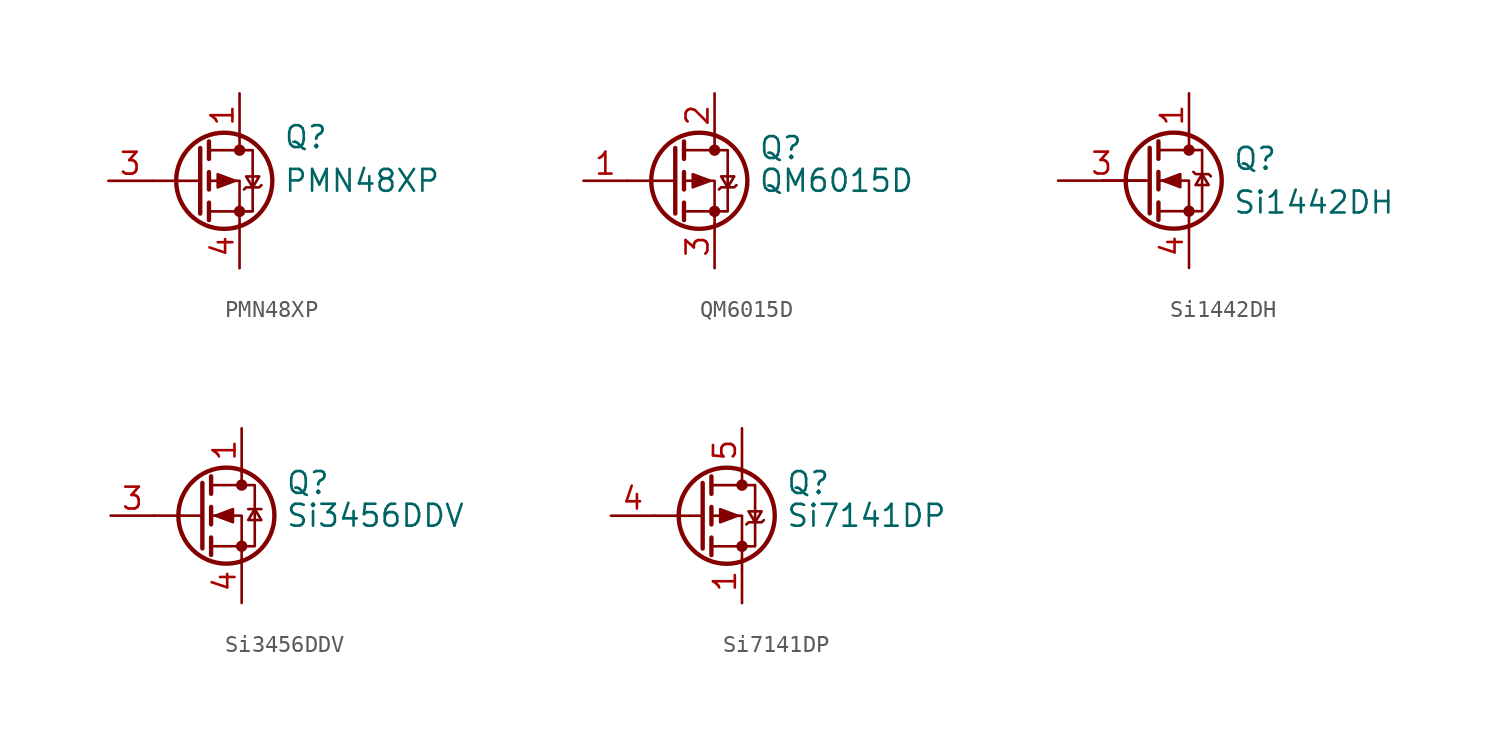
<source format=kicad_sym>
(kicad_symbol_lib
  (version 20211014)
  (generator kicad_symbol_editor)
  (symbol "PMN48XP"
    (pin_names hide)
    (property "Reference" "Q"
      (at 5.08 2.54 0)
      (effects (font (size 1.27 1.27)) (justify left)))
    (property "Value" "PMN48XP"
      (at 5.08 0 0)
      (effects (font (size 1.27 1.27)) (justify left)))
    (symbol "PMN48XP_0_1"
      (polyline (pts (xy 0.254 0) (xy -2.54 0)) (stroke (width 0) (type default) (color 0 0 0 0)) (fill (type none)))
      (polyline (pts (xy 0.254 1.905) (xy 0.254 -1.905)) (stroke (width 0.254) (type default) (color 0 0 0 0)) (fill (type none)))
      (polyline (pts (xy 0.762 -1.27) (xy 0.762 -2.286)) (stroke (width 0.254) (type default) (color 0 0 0 0)) (fill (type none)))
      (polyline (pts (xy 0.762 0.508) (xy 0.762 -0.508)) (stroke (width 0.254) (type default) (color 0 0 0 0)) (fill (type none)))
      (polyline (pts (xy 0.762 2.286) (xy 0.762 1.27)) (stroke (width 0.254) (type default) (color 0 0 0 0)) (fill (type none)))
      (polyline (pts (xy 2.54 2.54) (xy 2.54 1.778)) (stroke (width 0) (type default) (color 0 0 0 0)) (fill (type none)))
      (polyline (pts (xy 2.54 -2.54) (xy 2.54 0) (xy 0.762 0)) (stroke (width 0) (type default) (color 0 0 0 0)) (fill (type none)))
      (polyline (pts (xy 0.762 1.778) (xy 3.302 1.778) (xy 3.302 -1.778) (xy 0.762 -1.778)) (stroke (width 0) (type default) (color 0 0 0 0)) (fill (type none)))
      (polyline (pts (xy 2.286 0) (xy 1.27 0.381) (xy 1.27 -0.381) (xy 2.286 0)) (stroke (width 0) (type default) (color 0 0 0 0)) (fill (type outline)))
      (polyline (pts (xy 2.794 -0.508) (xy 2.921 -0.381) (xy 3.683 -0.381) (xy 3.81 -0.254)) (stroke (width 0) (type default) (color 0 0 0 0)) (fill (type none)))
      (polyline (pts (xy 3.302 -0.381) (xy 2.921 0.254) (xy 3.683 0.254) (xy 3.302 -0.381)) (stroke (width 0) (type default) (color 0 0 0 0)) (fill (type none)))
      (circle (center 1.651 0) (radius 2.794) (stroke (width 0.254) (type default) (color 0 0 0 0)) (fill (type none)))
      (circle (center 2.54 -1.778) (radius 0.254) (stroke (width 0) (type default) (color 0 0 0 0)) (fill (type outline)))
      (circle (center 2.54 1.778) (radius 0.254) (stroke (width 0) (type default) (color 0 0 0 0)) (fill (type outline))))
    (symbol "PMN48XP_1_1"
      (pin passive line (at 2.54 5.08 270) (length 2.54) (name "D" (effects (font (size 1.27 1.27)))) (number "1" (effects (font (size 1.27 1.27)))))
      (pin passive line (at 2.54 5.08 270) (length 2.54) hide (name "D" (effects (font (size 1.27 1.27)))) (number "2" (effects (font (size 1.27 1.27)))))
      (pin passive line (at -5.08 0 0) (length 2.54) (name "G" (effects (font (size 1.27 1.27)))) (number "3" (effects (font (size 1.27 1.27)))))
      (pin passive line (at 2.54 -5.08 90) (length 2.54) (name "S" (effects (font (size 1.27 1.27)))) (number "4" (effects (font (size 1.27 1.27)))))
      (pin passive line (at 2.54 5.08 270) (length 2.54) hide (name "D" (effects (font (size 1.27 1.27)))) (number "5" (effects (font (size 1.27 1.27)))))
      (pin passive line (at 2.54 5.08 270) (length 2.54) hide (name "D" (effects (font (size 1.27 1.27)))) (number "6" (effects (font (size 1.27 1.27)))))))
  (symbol "QM6015D"
    (pin_names hide)
    (property "Reference" "Q"
      (at 5.08 1.905 0)
      (effects (font (size 1.27 1.27)) (justify left)))
    (property "Value" "QM6015D"
      (at 5.08 0 0)
      (effects (font (size 1.27 1.27)) (justify left)))
    (symbol "QM6015D_0_1"
      (polyline (pts (xy 0.254 0) (xy -2.54 0)) (stroke (width 0) (type default) (color 0 0 0 0)) (fill (type none)))
      (polyline (pts (xy 0.254 1.905) (xy 0.254 -1.905)) (stroke (width 0.254) (type default) (color 0 0 0 0)) (fill (type none)))
      (polyline (pts (xy 0.762 -1.27) (xy 0.762 -2.286)) (stroke (width 0.254) (type default) (color 0 0 0 0)) (fill (type none)))
      (polyline (pts (xy 0.762 0.508) (xy 0.762 -0.508)) (stroke (width 0.254) (type default) (color 0 0 0 0)) (fill (type none)))
      (polyline (pts (xy 0.762 2.286) (xy 0.762 1.27)) (stroke (width 0.254) (type default) (color 0 0 0 0)) (fill (type none)))
      (polyline (pts (xy 2.54 2.54) (xy 2.54 1.778)) (stroke (width 0) (type default) (color 0 0 0 0)) (fill (type none)))
      (polyline (pts (xy 2.54 -2.54) (xy 2.54 0) (xy 0.762 0)) (stroke (width 0) (type default) (color 0 0 0 0)) (fill (type none)))
      (polyline (pts (xy 0.762 1.778) (xy 3.302 1.778) (xy 3.302 -1.778) (xy 0.762 -1.778)) (stroke (width 0) (type default) (color 0 0 0 0)) (fill (type none)))
      (polyline (pts (xy 2.286 0) (xy 1.27 0.381) (xy 1.27 -0.381) (xy 2.286 0)) (stroke (width 0) (type default) (color 0 0 0 0)) (fill (type outline)))
      (polyline (pts (xy 2.794 -0.508) (xy 2.921 -0.381) (xy 3.683 -0.381) (xy 3.81 -0.254)) (stroke (width 0) (type default) (color 0 0 0 0)) (fill (type none)))
      (polyline (pts (xy 3.302 -0.381) (xy 2.921 0.254) (xy 3.683 0.254) (xy 3.302 -0.381)) (stroke (width 0) (type default) (color 0 0 0 0)) (fill (type none)))
      (circle (center 1.651 0) (radius 2.794) (stroke (width 0.254) (type default) (color 0 0 0 0)) (fill (type none)))
      (circle (center 2.54 -1.778) (radius 0.254) (stroke (width 0) (type default) (color 0 0 0 0)) (fill (type outline)))
      (circle (center 2.54 1.778) (radius 0.254) (stroke (width 0) (type default) (color 0 0 0 0)) (fill (type outline))))
    (symbol "QM6015D_1_1"
      (pin passive line (at -5.08 0 0) (length 2.54) (name "G" (effects (font (size 1.27 1.27)))) (number "1" (effects (font (size 1.27 1.27)))))
      (pin passive line (at 2.54 5.08 270) (length 2.54) (name "D" (effects (font (size 1.27 1.27)))) (number "2" (effects (font (size 1.27 1.27)))))
      (pin passive line (at 2.54 -5.08 90) (length 2.54) (name "S" (effects (font (size 1.27 1.27)))) (number "3" (effects (font (size 1.27 1.27)))))))
  (symbol "Si1442DH"
    (pin_names hide)
    (property "Reference" "Q"
      (at 5.08 1.27 0)
      (effects (font (size 1.27 1.27)) (justify left)))
    (property "Value" "Si1442DH"
      (at 5.08 -1.27 0)
      (effects (font (size 1.27 1.27)) (justify left)))
    (symbol "Si1442DH_0_1"
      (polyline (pts (xy 0.254 0) (xy -2.54 0)) (stroke (width 0) (type default) (color 0 0 0 0)) (fill (type none)))
      (polyline (pts (xy 0.254 1.905) (xy 0.254 -1.905)) (stroke (width 0.254) (type default) (color 0 0 0 0)) (fill (type none)))
      (polyline (pts (xy 0.762 -1.27) (xy 0.762 -2.286)) (stroke (width 0.254) (type default) (color 0 0 0 0)) (fill (type none)))
      (polyline (pts (xy 0.762 0.508) (xy 0.762 -0.508)) (stroke (width 0.254) (type default) (color 0 0 0 0)) (fill (type none)))
      (polyline (pts (xy 0.762 2.286) (xy 0.762 1.27)) (stroke (width 0.254) (type default) (color 0 0 0 0)) (fill (type none)))
      (polyline (pts (xy 2.54 2.54) (xy 2.54 1.778)) (stroke (width 0) (type default) (color 0 0 0 0)) (fill (type none)))
      (polyline (pts (xy 2.54 -2.54) (xy 2.54 0) (xy 0.762 0)) (stroke (width 0) (type default) (color 0 0 0 0)) (fill (type none)))
      (polyline (pts (xy 0.762 -1.778) (xy 3.302 -1.778) (xy 3.302 1.778) (xy 0.762 1.778)) (stroke (width 0) (type default) (color 0 0 0 0)) (fill (type none)))
      (polyline (pts (xy 1.016 0) (xy 2.032 0.381) (xy 2.032 -0.381) (xy 1.016 0)) (stroke (width 0) (type default) (color 0 0 0 0)) (fill (type outline)))
      (polyline (pts (xy 2.794 0.508) (xy 2.921 0.381) (xy 3.683 0.381) (xy 3.81 0.254)) (stroke (width 0) (type default) (color 0 0 0 0)) (fill (type none)))
      (polyline (pts (xy 3.302 0.381) (xy 2.921 -0.254) (xy 3.683 -0.254) (xy 3.302 0.381)) (stroke (width 0) (type default) (color 0 0 0 0)) (fill (type none)))
      (circle (center 1.651 0) (radius 2.794) (stroke (width 0.254) (type default) (color 0 0 0 0)) (fill (type none)))
      (circle (center 2.54 -1.778) (radius 0.254) (stroke (width 0) (type default) (color 0 0 0 0)) (fill (type outline)))
      (circle (center 2.54 1.778) (radius 0.254) (stroke (width 0) (type default) (color 0 0 0 0)) (fill (type outline))))
    (symbol "Si1442DH_1_1"
      (pin passive line (at 2.54 5.08 270) (length 2.54) (name "D" (effects (font (size 1.27 1.27)))) (number "1" (effects (font (size 1.27 1.27)))))
      (pin passive line (at 2.54 5.08 270) (length 2.54) hide (name "D" (effects (font (size 1.27 1.27)))) (number "2" (effects (font (size 1.27 1.27)))))
      (pin input line (at -5.08 0 0) (length 5.08) (name "G" (effects (font (size 1.27 1.27)))) (number "3" (effects (font (size 1.27 1.27)))))
      (pin passive line (at 2.54 -5.08 90) (length 2.54) (name "S" (effects (font (size 1.27 1.27)))) (number "4" (effects (font (size 1.27 1.27)))))
      (pin passive line (at 2.54 5.08 270) (length 2.54) hide (name "D" (effects (font (size 1.27 1.27)))) (number "5" (effects (font (size 1.27 1.27)))))
      (pin passive line (at 2.54 5.08 270) (length 2.54) hide (name "D" (effects (font (size 1.27 1.27)))) (number "6" (effects (font (size 1.27 1.27)))))))
  (symbol "Si3456DDV"
    (pin_names hide)
    (property "Reference" "Q"
      (at 5.08 1.905 0)
      (effects (font (size 1.27 1.27)) (justify left)))
    (property "Value" "Si3456DDV"
      (at 5.08 0 0)
      (effects (font (size 1.27 1.27)) (justify left)))
    (symbol "Si3456DDV_0_1"
      (polyline (pts (xy 0.254 0) (xy -2.54 0)) (stroke (width 0) (type default) (color 0 0 0 0)) (fill (type none)))
      (polyline (pts (xy 0.254 1.905) (xy 0.254 -1.905)) (stroke (width 0.254) (type default) (color 0 0 0 0)) (fill (type none)))
      (polyline (pts (xy 0.762 -1.27) (xy 0.762 -2.286)) (stroke (width 0.254) (type default) (color 0 0 0 0)) (fill (type none)))
      (polyline (pts (xy 0.762 0.508) (xy 0.762 -0.508)) (stroke (width 0.254) (type default) (color 0 0 0 0)) (fill (type none)))
      (polyline (pts (xy 0.762 2.286) (xy 0.762 1.27)) (stroke (width 0.254) (type default) (color 0 0 0 0)) (fill (type none)))
      (polyline (pts (xy 2.54 2.54) (xy 2.54 1.778)) (stroke (width 0) (type default) (color 0 0 0 0)) (fill (type none)))
      (polyline (pts (xy 2.921 0.381) (xy 3.683 0.381)) (stroke (width 0) (type default) (color 0 0 0 0)) (fill (type none)))
      (polyline (pts (xy 2.54 -2.54) (xy 2.54 0) (xy 0.762 0)) (stroke (width 0) (type default) (color 0 0 0 0)) (fill (type none)))
      (polyline (pts (xy 0.762 -1.778) (xy 3.302 -1.778) (xy 3.302 1.778) (xy 0.762 1.778)) (stroke (width 0) (type default) (color 0 0 0 0)) (fill (type none)))
      (polyline (pts (xy 1.016 0) (xy 2.032 0.381) (xy 2.032 -0.381) (xy 1.016 0)) (stroke (width 0) (type default) (color 0 0 0 0)) (fill (type outline)))
      (polyline (pts (xy 3.302 0.381) (xy 2.921 -0.254) (xy 3.683 -0.254) (xy 3.302 0.381)) (stroke (width 0) (type default) (color 0 0 0 0)) (fill (type none)))
      (circle (center 1.651 0) (radius 2.794) (stroke (width 0.254) (type default) (color 0 0 0 0)) (fill (type none)))
      (circle (center 2.54 -1.778) (radius 0.254) (stroke (width 0) (type default) (color 0 0 0 0)) (fill (type outline)))
      (circle (center 2.54 1.778) (radius 0.254) (stroke (width 0) (type default) (color 0 0 0 0)) (fill (type outline))))
    (symbol "Si3456DDV_1_1"
      (pin passive line (at 2.54 5.08 270) (length 2.54) (name "D" (effects (font (size 1.27 1.27)))) (number "1" (effects (font (size 1.27 1.27)))))
      (pin passive line (at 2.54 5.08 270) (length 2.54) hide (name "D" (effects (font (size 1.27 1.27)))) (number "2" (effects (font (size 1.27 1.27)))))
      (pin input line (at -5.08 0 0) (length 2.54) (name "G" (effects (font (size 1.27 1.27)))) (number "3" (effects (font (size 1.27 1.27)))))
      (pin passive line (at 2.54 -5.08 90) (length 2.54) (name "S" (effects (font (size 1.27 1.27)))) (number "4" (effects (font (size 1.27 1.27)))))
      (pin passive line (at 2.54 5.08 270) (length 2.54) hide (name "D" (effects (font (size 1.27 1.27)))) (number "5" (effects (font (size 1.27 1.27)))))
      (pin passive line (at 2.54 5.08 270) (length 2.54) hide (name "D" (effects (font (size 1.27 1.27)))) (number "6" (effects (font (size 1.27 1.27)))))))
  (symbol "Si7141DP"
    (pin_names hide)
    (property "Reference" "Q"
      (at 5.08 1.905 0)
      (effects (font (size 1.27 1.27)) (justify left)))
    (property "Value" "Si7141DP"
      (at 5.08 0 0)
      (effects (font (size 1.27 1.27)) (justify left)))
    (symbol "Si7141DP_0_1"
      (polyline (pts (xy 0.254 0) (xy -2.54 0)) (stroke (width 0) (type default) (color 0 0 0 0)) (fill (type none)))
      (polyline (pts (xy 0.254 1.905) (xy 0.254 -1.905)) (stroke (width 0.254) (type default) (color 0 0 0 0)) (fill (type none)))
      (polyline (pts (xy 0.762 -1.27) (xy 0.762 -2.286)) (stroke (width 0.254) (type default) (color 0 0 0 0)) (fill (type none)))
      (polyline (pts (xy 0.762 0.508) (xy 0.762 -0.508)) (stroke (width 0.254) (type default) (color 0 0 0 0)) (fill (type none)))
      (polyline (pts (xy 0.762 2.286) (xy 0.762 1.27)) (stroke (width 0.254) (type default) (color 0 0 0 0)) (fill (type none)))
      (polyline (pts (xy 2.54 2.54) (xy 2.54 1.778)) (stroke (width 0) (type default) (color 0 0 0 0)) (fill (type none)))
      (polyline (pts (xy 2.54 -2.54) (xy 2.54 0) (xy 0.762 0)) (stroke (width 0) (type default) (color 0 0 0 0)) (fill (type none)))
      (polyline (pts (xy 0.762 1.778) (xy 3.302 1.778) (xy 3.302 -1.778) (xy 0.762 -1.778)) (stroke (width 0) (type default) (color 0 0 0 0)) (fill (type none)))
      (polyline (pts (xy 2.286 0) (xy 1.27 0.381) (xy 1.27 -0.381) (xy 2.286 0)) (stroke (width 0) (type default) (color 0 0 0 0)) (fill (type outline)))
      (polyline (pts (xy 2.794 -0.508) (xy 2.921 -0.381) (xy 3.683 -0.381) (xy 3.81 -0.254)) (stroke (width 0) (type default) (color 0 0 0 0)) (fill (type none)))
      (polyline (pts (xy 3.302 -0.381) (xy 2.921 0.254) (xy 3.683 0.254) (xy 3.302 -0.381)) (stroke (width 0) (type default) (color 0 0 0 0)) (fill (type none)))
      (circle (center 1.651 0) (radius 2.794) (stroke (width 0.254) (type default) (color 0 0 0 0)) (fill (type none)))
      (circle (center 2.54 -1.778) (radius 0.254) (stroke (width 0) (type default) (color 0 0 0 0)) (fill (type outline)))
      (circle (center 2.54 1.778) (radius 0.254) (stroke (width 0) (type default) (color 0 0 0 0)) (fill (type outline))))
    (symbol "Si7141DP_1_1"
      (pin passive line (at 2.54 -5.08 90) (length 2.54) (name "S" (effects (font (size 1.27 1.27)))) (number "1" (effects (font (size 1.27 1.27)))))
      (pin passive line (at 2.54 -5.08 90) (length 2.54) hide (name "S" (effects (font (size 1.27 1.27)))) (number "2" (effects (font (size 1.27 1.27)))))
      (pin passive line (at 2.54 -5.08 90) (length 2.54) hide (name "S" (effects (font (size 1.27 1.27)))) (number "3" (effects (font (size 1.27 1.27)))))
      (pin input line (at -5.08 0 0) (length 2.54) (name "G" (effects (font (size 1.27 1.27)))) (number "4" (effects (font (size 1.27 1.27)))))
      (pin passive line (at 2.54 5.08 270) (length 2.54) (name "D" (effects (font (size 1.27 1.27)))) (number "5" (effects (font (size 1.27 1.27))))))))
</source>
